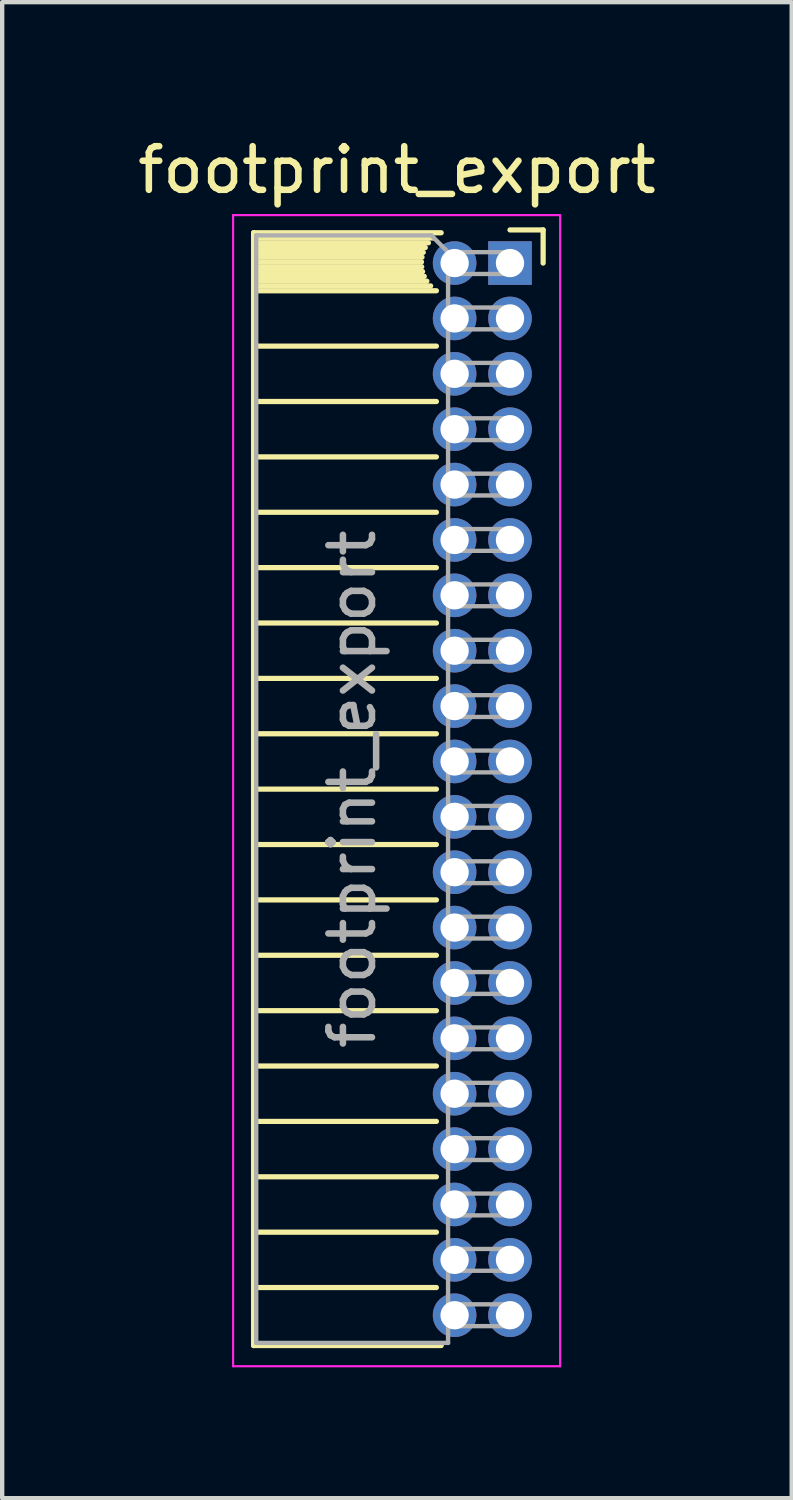
<source format=kicad_pcb>
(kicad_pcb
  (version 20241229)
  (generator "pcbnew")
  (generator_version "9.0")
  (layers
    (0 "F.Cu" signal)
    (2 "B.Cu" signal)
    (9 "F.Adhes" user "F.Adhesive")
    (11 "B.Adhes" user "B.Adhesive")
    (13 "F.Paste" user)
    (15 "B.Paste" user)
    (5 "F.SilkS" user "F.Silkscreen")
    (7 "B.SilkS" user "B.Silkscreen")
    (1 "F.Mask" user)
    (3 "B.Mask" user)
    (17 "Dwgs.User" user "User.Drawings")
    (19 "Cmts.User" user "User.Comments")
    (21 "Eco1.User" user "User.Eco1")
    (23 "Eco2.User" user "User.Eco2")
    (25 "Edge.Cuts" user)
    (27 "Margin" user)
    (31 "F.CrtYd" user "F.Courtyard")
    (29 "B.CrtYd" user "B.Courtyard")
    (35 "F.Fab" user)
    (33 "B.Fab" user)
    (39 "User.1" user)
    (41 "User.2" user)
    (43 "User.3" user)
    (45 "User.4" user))
  (footprint "footprint_export"
    (layer "F.Cu")
    (at 8.646 2.983)
    (property "Reference" "footprint_export" (at -2.592 -2.135 0) (layer "F.SilkS") (effects (font (size 1 1) (thickness 0.15))))
    (attr through_hole)
    (fp_line (start -5.88 -0.695) (end -5.88 24.825) (stroke (width 0.12) (type solid)) (layer "F.SilkS"))
    (fp_line (start -5.88 -0.695) (end -1.578 -0.695) (stroke (width 0.12) (type solid)) (layer "F.SilkS"))
    (fp_line (start -5.88 -0.575) (end -1.767 -0.575) (stroke (width 0.12) (type solid)) (layer "F.SilkS"))
    (fp_line (start -5.88 -0.465) (end -1.871 -0.465) (stroke (width 0.12) (type solid)) (layer "F.SilkS"))
    (fp_line (start -5.88 -0.355) (end -1.942 -0.355) (stroke (width 0.12) (type solid)) (layer "F.SilkS"))
    (fp_line (start -5.88 -0.245) (end -1.989 -0.245) (stroke (width 0.12) (type solid)) (layer "F.SilkS"))
    (fp_line (start -5.88 -0.135) (end -2.018 -0.135) (stroke (width 0.12) (type solid)) (layer "F.SilkS"))
    (fp_line (start -5.88 -0.025) (end -2.03 -0.025) (stroke (width 0.12) (type solid)) (layer "F.SilkS"))
    (fp_line (start -5.88 0.085) (end -2.025 0.085) (stroke (width 0.12) (type solid)) (layer "F.SilkS"))
    (fp_line (start -5.88 0.195) (end -2.005 0.195) (stroke (width 0.12) (type solid)) (layer "F.SilkS"))
    (fp_line (start -5.88 0.305) (end -1.966 0.305) (stroke (width 0.12) (type solid)) (layer "F.SilkS"))
    (fp_line (start -5.88 0.415) (end -1.907 0.415) (stroke (width 0.12) (type solid)) (layer "F.SilkS"))
    (fp_line (start -5.88 0.525) (end -1.82 0.525) (stroke (width 0.12) (type solid)) (layer "F.SilkS"))
    (fp_line (start -5.88 0.635) (end -1.688 0.635) (stroke (width 0.12) (type solid)) (layer "F.SilkS"))
    (fp_line (start -5.88 1.905) (end -1.688 1.905) (stroke (width 0.12) (type solid)) (layer "F.SilkS"))
    (fp_line (start -5.88 3.175) (end -1.688 3.175) (stroke (width 0.12) (type solid)) (layer "F.SilkS"))
    (fp_line (start -5.88 4.445) (end -1.688 4.445) (stroke (width 0.12) (type solid)) (layer "F.SilkS"))
    (fp_line (start -5.88 5.715) (end -1.688 5.715) (stroke (width 0.12) (type solid)) (layer "F.SilkS"))
    (fp_line (start -5.88 6.985) (end -1.688 6.985) (stroke (width 0.12) (type solid)) (layer "F.SilkS"))
    (fp_line (start -5.88 8.255) (end -1.688 8.255) (stroke (width 0.12) (type solid)) (layer "F.SilkS"))
    (fp_line (start -5.88 9.525) (end -1.688 9.525) (stroke (width 0.12) (type solid)) (layer "F.SilkS"))
    (fp_line (start -5.88 10.795) (end -1.688 10.795) (stroke (width 0.12) (type solid)) (layer "F.SilkS"))
    (fp_line (start -5.88 12.065) (end -1.688 12.065) (stroke (width 0.12) (type solid)) (layer "F.SilkS"))
    (fp_line (start -5.88 13.335) (end -1.688 13.335) (stroke (width 0.12) (type solid)) (layer "F.SilkS"))
    (fp_line (start -5.88 14.605) (end -1.688 14.605) (stroke (width 0.12) (type solid)) (layer "F.SilkS"))
    (fp_line (start -5.88 15.875) (end -1.688 15.875) (stroke (width 0.12) (type solid)) (layer "F.SilkS"))
    (fp_line (start -5.88 17.145) (end -1.688 17.145) (stroke (width 0.12) (type solid)) (layer "F.SilkS"))
    (fp_line (start -5.88 18.415) (end -1.688 18.415) (stroke (width 0.12) (type solid)) (layer "F.SilkS"))
    (fp_line (start -5.88 19.685) (end -1.688 19.685) (stroke (width 0.12) (type solid)) (layer "F.SilkS"))
    (fp_line (start -5.88 20.955) (end -1.688 20.955) (stroke (width 0.12) (type solid)) (layer "F.SilkS"))
    (fp_line (start -5.88 22.225) (end -1.688 22.225) (stroke (width 0.12) (type solid)) (layer "F.SilkS"))
    (fp_line (start -5.88 23.495) (end -1.688 23.495) (stroke (width 0.12) (type solid)) (layer "F.SilkS"))
    (fp_line (start -5.88 24.825) (end -1.578 24.825) (stroke (width 0.12) (type solid)) (layer "F.SilkS"))
    (fp_line (start 0 -0.76) (end 0.76 -0.76) (stroke (width 0.12) (type solid)) (layer "F.SilkS"))
    (fp_line (start 0.76 -0.76) (end 0.76 0) (stroke (width 0.12) (type solid)) (layer "F.SilkS"))
    (fp_line (start -6.35 -1.1) (end -6.35 25.3) (stroke (width 0.05) (type solid)) (layer "F.CrtYd"))
    (fp_line (start -6.35 25.3) (end 1.15 25.3) (stroke (width 0.05) (type solid)) (layer "F.CrtYd"))
    (fp_line (start 1.15 -1.1) (end -6.35 -1.1) (stroke (width 0.05) (type solid)) (layer "F.CrtYd"))
    (fp_line (start 1.15 25.3) (end 1.15 -1.1) (stroke (width 0.05) (type solid)) (layer "F.CrtYd"))
    (fp_line (start -5.82 -0.635) (end -1.805 -0.635) (stroke (width 0.1) (type solid)) (layer "F.Fab"))
    (fp_line (start -5.82 24.765) (end -5.82 -0.635) (stroke (width 0.1) (type solid)) (layer "F.Fab"))
    (fp_line (start -1.805 -0.635) (end -1.42 -0.25) (stroke (width 0.1) (type solid)) (layer "F.Fab"))
    (fp_line (start -1.42 -0.25) (end -1.42 24.765) (stroke (width 0.1) (type solid)) (layer "F.Fab"))
    (fp_line (start -1.42 0.25) (end 0 0.25) (stroke (width 0.1) (type solid)) (layer "F.Fab"))
    (fp_line (start -1.42 1.52) (end 0 1.52) (stroke (width 0.1) (type solid)) (layer "F.Fab"))
    (fp_line (start -1.42 2.79) (end 0 2.79) (stroke (width 0.1) (type solid)) (layer "F.Fab"))
    (fp_line (start -1.42 4.06) (end 0 4.06) (stroke (width 0.1) (type solid)) (layer "F.Fab"))
    (fp_line (start -1.42 5.33) (end 0 5.33) (stroke (width 0.1) (type solid)) (layer "F.Fab"))
    (fp_line (start -1.42 6.6) (end 0 6.6) (stroke (width 0.1) (type solid)) (layer "F.Fab"))
    (fp_line (start -1.42 7.87) (end 0 7.87) (stroke (width 0.1) (type solid)) (layer "F.Fab"))
    (fp_line (start -1.42 9.14) (end 0 9.14) (stroke (width 0.1) (type solid)) (layer "F.Fab"))
    (fp_line (start -1.42 10.41) (end 0 10.41) (stroke (width 0.1) (type solid)) (layer "F.Fab"))
    (fp_line (start -1.42 11.68) (end 0 11.68) (stroke (width 0.1) (type solid)) (layer "F.Fab"))
    (fp_line (start -1.42 12.95) (end 0 12.95) (stroke (width 0.1) (type solid)) (layer "F.Fab"))
    (fp_line (start -1.42 14.22) (end 0 14.22) (stroke (width 0.1) (type solid)) (layer "F.Fab"))
    (fp_line (start -1.42 15.49) (end 0 15.49) (stroke (width 0.1) (type solid)) (layer "F.Fab"))
    (fp_line (start -1.42 16.76) (end 0 16.76) (stroke (width 0.1) (type solid)) (layer "F.Fab"))
    (fp_line (start -1.42 18.03) (end 0 18.03) (stroke (width 0.1) (type solid)) (layer "F.Fab"))
    (fp_line (start -1.42 19.3) (end 0 19.3) (stroke (width 0.1) (type solid)) (layer "F.Fab"))
    (fp_line (start -1.42 20.57) (end 0 20.57) (stroke (width 0.1) (type solid)) (layer "F.Fab"))
    (fp_line (start -1.42 21.84) (end 0 21.84) (stroke (width 0.1) (type solid)) (layer "F.Fab"))
    (fp_line (start -1.42 23.11) (end 0 23.11) (stroke (width 0.1) (type solid)) (layer "F.Fab"))
    (fp_line (start -1.42 24.38) (end 0 24.38) (stroke (width 0.1) (type solid)) (layer "F.Fab"))
    (fp_line (start -1.42 24.765) (end -5.82 24.765) (stroke (width 0.1) (type solid)) (layer "F.Fab"))
    (fp_line (start 0 -0.25) (end -1.42 -0.25) (stroke (width 0.1) (type solid)) (layer "F.Fab"))
    (fp_line (start 0 0.25) (end 0 -0.25) (stroke (width 0.1) (type solid)) (layer "F.Fab"))
    (fp_line (start 0 1.02) (end -1.42 1.02) (stroke (width 0.1) (type solid)) (layer "F.Fab"))
    (fp_line (start 0 1.52) (end 0 1.02) (stroke (width 0.1) (type solid)) (layer "F.Fab"))
    (fp_line (start 0 2.29) (end -1.42 2.29) (stroke (width 0.1) (type solid)) (layer "F.Fab"))
    (fp_line (start 0 2.79) (end 0 2.29) (stroke (width 0.1) (type solid)) (layer "F.Fab"))
    (fp_line (start 0 3.56) (end -1.42 3.56) (stroke (width 0.1) (type solid)) (layer "F.Fab"))
    (fp_line (start 0 4.06) (end 0 3.56) (stroke (width 0.1) (type solid)) (layer "F.Fab"))
    (fp_line (start 0 4.83) (end -1.42 4.83) (stroke (width 0.1) (type solid)) (layer "F.Fab"))
    (fp_line (start 0 5.33) (end 0 4.83) (stroke (width 0.1) (type solid)) (layer "F.Fab"))
    (fp_line (start 0 6.1) (end -1.42 6.1) (stroke (width 0.1) (type solid)) (layer "F.Fab"))
    (fp_line (start 0 6.6) (end 0 6.1) (stroke (width 0.1) (type solid)) (layer "F.Fab"))
    (fp_line (start 0 7.37) (end -1.42 7.37) (stroke (width 0.1) (type solid)) (layer "F.Fab"))
    (fp_line (start 0 7.87) (end 0 7.37) (stroke (width 0.1) (type solid)) (layer "F.Fab"))
    (fp_line (start 0 8.64) (end -1.42 8.64) (stroke (width 0.1) (type solid)) (layer "F.Fab"))
    (fp_line (start 0 9.14) (end 0 8.64) (stroke (width 0.1) (type solid)) (layer "F.Fab"))
    (fp_line (start 0 9.91) (end -1.42 9.91) (stroke (width 0.1) (type solid)) (layer "F.Fab"))
    (fp_line (start 0 10.41) (end 0 9.91) (stroke (width 0.1) (type solid)) (layer "F.Fab"))
    (fp_line (start 0 11.18) (end -1.42 11.18) (stroke (width 0.1) (type solid)) (layer "F.Fab"))
    (fp_line (start 0 11.68) (end 0 11.18) (stroke (width 0.1) (type solid)) (layer "F.Fab"))
    (fp_line (start 0 12.45) (end -1.42 12.45) (stroke (width 0.1) (type solid)) (layer "F.Fab"))
    (fp_line (start 0 12.95) (end 0 12.45) (stroke (width 0.1) (type solid)) (layer "F.Fab"))
    (fp_line (start 0 13.72) (end -1.42 13.72) (stroke (width 0.1) (type solid)) (layer "F.Fab"))
    (fp_line (start 0 14.22) (end 0 13.72) (stroke (width 0.1) (type solid)) (layer "F.Fab"))
    (fp_line (start 0 14.99) (end -1.42 14.99) (stroke (width 0.1) (type solid)) (layer "F.Fab"))
    (fp_line (start 0 15.49) (end 0 14.99) (stroke (width 0.1) (type solid)) (layer "F.Fab"))
    (fp_line (start 0 16.26) (end -1.42 16.26) (stroke (width 0.1) (type solid)) (layer "F.Fab"))
    (fp_line (start 0 16.76) (end 0 16.26) (stroke (width 0.1) (type solid)) (layer "F.Fab"))
    (fp_line (start 0 17.53) (end -1.42 17.53) (stroke (width 0.1) (type solid)) (layer "F.Fab"))
    (fp_line (start 0 18.03) (end 0 17.53) (stroke (width 0.1) (type solid)) (layer "F.Fab"))
    (fp_line (start 0 18.8) (end -1.42 18.8) (stroke (width 0.1) (type solid)) (layer "F.Fab"))
    (fp_line (start 0 19.3) (end 0 18.8) (stroke (width 0.1) (type solid)) (layer "F.Fab"))
    (fp_line (start 0 20.07) (end -1.42 20.07) (stroke (width 0.1) (type solid)) (layer "F.Fab"))
    (fp_line (start 0 20.57) (end 0 20.07) (stroke (width 0.1) (type solid)) (layer "F.Fab"))
    (fp_line (start 0 21.34) (end -1.42 21.34) (stroke (width 0.1) (type solid)) (layer "F.Fab"))
    (fp_line (start 0 21.84) (end 0 21.34) (stroke (width 0.1) (type solid)) (layer "F.Fab"))
    (fp_line (start 0 22.61) (end -1.42 22.61) (stroke (width 0.1) (type solid)) (layer "F.Fab"))
    (fp_line (start 0 23.11) (end 0 22.61) (stroke (width 0.1) (type solid)) (layer "F.Fab"))
    (fp_line (start 0 23.88) (end -1.42 23.88) (stroke (width 0.1) (type solid)) (layer "F.Fab"))
    (fp_line (start 0 24.38) (end 0 23.88) (stroke (width 0.1) (type solid)) (layer "F.Fab"))
    (fp_text user "${REFERENCE}" (at -3.62 12.065 90) (layer "F.Fab") (effects (font (size 1 1) (thickness 0.15))))
    (pad "1" thru_hole rect (at 0 0) (size 1 1) (drill 0.65) (layers "*.Cu" "*.Mask"))
    (pad "2" thru_hole oval (at -1.27 0) (size 1 1) (drill 0.65) (layers "*.Cu" "*.Mask"))
    (pad "3" thru_hole oval (at 0 1.27) (size 1 1) (drill 0.65) (layers "*.Cu" "*.Mask"))
    (pad "4" thru_hole oval (at -1.27 1.27) (size 1 1) (drill 0.65) (layers "*.Cu" "*.Mask"))
    (pad "5" thru_hole oval (at 0 2.54) (size 1 1) (drill 0.65) (layers "*.Cu" "*.Mask"))
    (pad "6" thru_hole oval (at -1.27 2.54) (size 1 1) (drill 0.65) (layers "*.Cu" "*.Mask"))
    (pad "7" thru_hole oval (at 0 3.81) (size 1 1) (drill 0.65) (layers "*.Cu" "*.Mask"))
    (pad "8" thru_hole oval (at -1.27 3.81) (size 1 1) (drill 0.65) (layers "*.Cu" "*.Mask"))
    (pad "9" thru_hole oval (at 0 5.08) (size 1 1) (drill 0.65) (layers "*.Cu" "*.Mask"))
    (pad "10" thru_hole oval (at -1.27 5.08) (size 1 1) (drill 0.65) (layers "*.Cu" "*.Mask"))
    (pad "11" thru_hole oval (at 0 6.35) (size 1 1) (drill 0.65) (layers "*.Cu" "*.Mask"))
    (pad "12" thru_hole oval (at -1.27 6.35) (size 1 1) (drill 0.65) (layers "*.Cu" "*.Mask"))
    (pad "13" thru_hole oval (at 0 7.62) (size 1 1) (drill 0.65) (layers "*.Cu" "*.Mask"))
    (pad "14" thru_hole oval (at -1.27 7.62) (size 1 1) (drill 0.65) (layers "*.Cu" "*.Mask"))
    (pad "15" thru_hole oval (at 0 8.89) (size 1 1) (drill 0.65) (layers "*.Cu" "*.Mask"))
    (pad "16" thru_hole oval (at -1.27 8.89) (size 1 1) (drill 0.65) (layers "*.Cu" "*.Mask"))
    (pad "17" thru_hole oval (at 0 10.16) (size 1 1) (drill 0.65) (layers "*.Cu" "*.Mask"))
    (pad "18" thru_hole oval (at -1.27 10.16) (size 1 1) (drill 0.65) (layers "*.Cu" "*.Mask"))
    (pad "19" thru_hole oval (at 0 11.43) (size 1 1) (drill 0.65) (layers "*.Cu" "*.Mask"))
    (pad "20" thru_hole oval (at -1.27 11.43) (size 1 1) (drill 0.65) (layers "*.Cu" "*.Mask"))
    (pad "21" thru_hole oval (at 0 12.7) (size 1 1) (drill 0.65) (layers "*.Cu" "*.Mask"))
    (pad "22" thru_hole oval (at -1.27 12.7) (size 1 1) (drill 0.65) (layers "*.Cu" "*.Mask"))
    (pad "23" thru_hole oval (at 0 13.97) (size 1 1) (drill 0.65) (layers "*.Cu" "*.Mask"))
    (pad "24" thru_hole oval (at -1.27 13.97) (size 1 1) (drill 0.65) (layers "*.Cu" "*.Mask"))
    (pad "25" thru_hole oval (at 0 15.24) (size 1 1) (drill 0.65) (layers "*.Cu" "*.Mask"))
    (pad "26" thru_hole oval (at -1.27 15.24) (size 1 1) (drill 0.65) (layers "*.Cu" "*.Mask"))
    (pad "27" thru_hole oval (at 0 16.51) (size 1 1) (drill 0.65) (layers "*.Cu" "*.Mask"))
    (pad "28" thru_hole oval (at -1.27 16.51) (size 1 1) (drill 0.65) (layers "*.Cu" "*.Mask"))
    (pad "29" thru_hole oval (at 0 17.78) (size 1 1) (drill 0.65) (layers "*.Cu" "*.Mask"))
    (pad "30" thru_hole oval (at -1.27 17.78) (size 1 1) (drill 0.65) (layers "*.Cu" "*.Mask"))
    (pad "31" thru_hole oval (at 0 19.05) (size 1 1) (drill 0.65) (layers "*.Cu" "*.Mask"))
    (pad "32" thru_hole oval (at -1.27 19.05) (size 1 1) (drill 0.65) (layers "*.Cu" "*.Mask"))
    (pad "33" thru_hole oval (at 0 20.32) (size 1 1) (drill 0.65) (layers "*.Cu" "*.Mask"))
    (pad "34" thru_hole oval (at -1.27 20.32) (size 1 1) (drill 0.65) (layers "*.Cu" "*.Mask"))
    (pad "35" thru_hole oval (at 0 21.59) (size 1 1) (drill 0.65) (layers "*.Cu" "*.Mask"))
    (pad "36" thru_hole oval (at -1.27 21.59) (size 1 1) (drill 0.65) (layers "*.Cu" "*.Mask"))
    (pad "37" thru_hole oval (at 0 22.86) (size 1 1) (drill 0.65) (layers "*.Cu" "*.Mask"))
    (pad "38" thru_hole oval (at -1.27 22.86) (size 1 1) (drill 0.65) (layers "*.Cu" "*.Mask"))
    (pad "39" thru_hole oval (at 0 24.13) (size 1 1) (drill 0.65) (layers "*.Cu" "*.Mask"))
    (pad "40" thru_hole oval (at -1.27 24.13) (size 1 1) (drill 0.65) (layers "*.Cu" "*.Mask")))
  (gr_rect
    (start -3 -3)
    (end 15.107 31.308)
    (stroke (width 0.1) (type default))
    (fill no)
    (layer "Edge.Cuts")))
</source>
